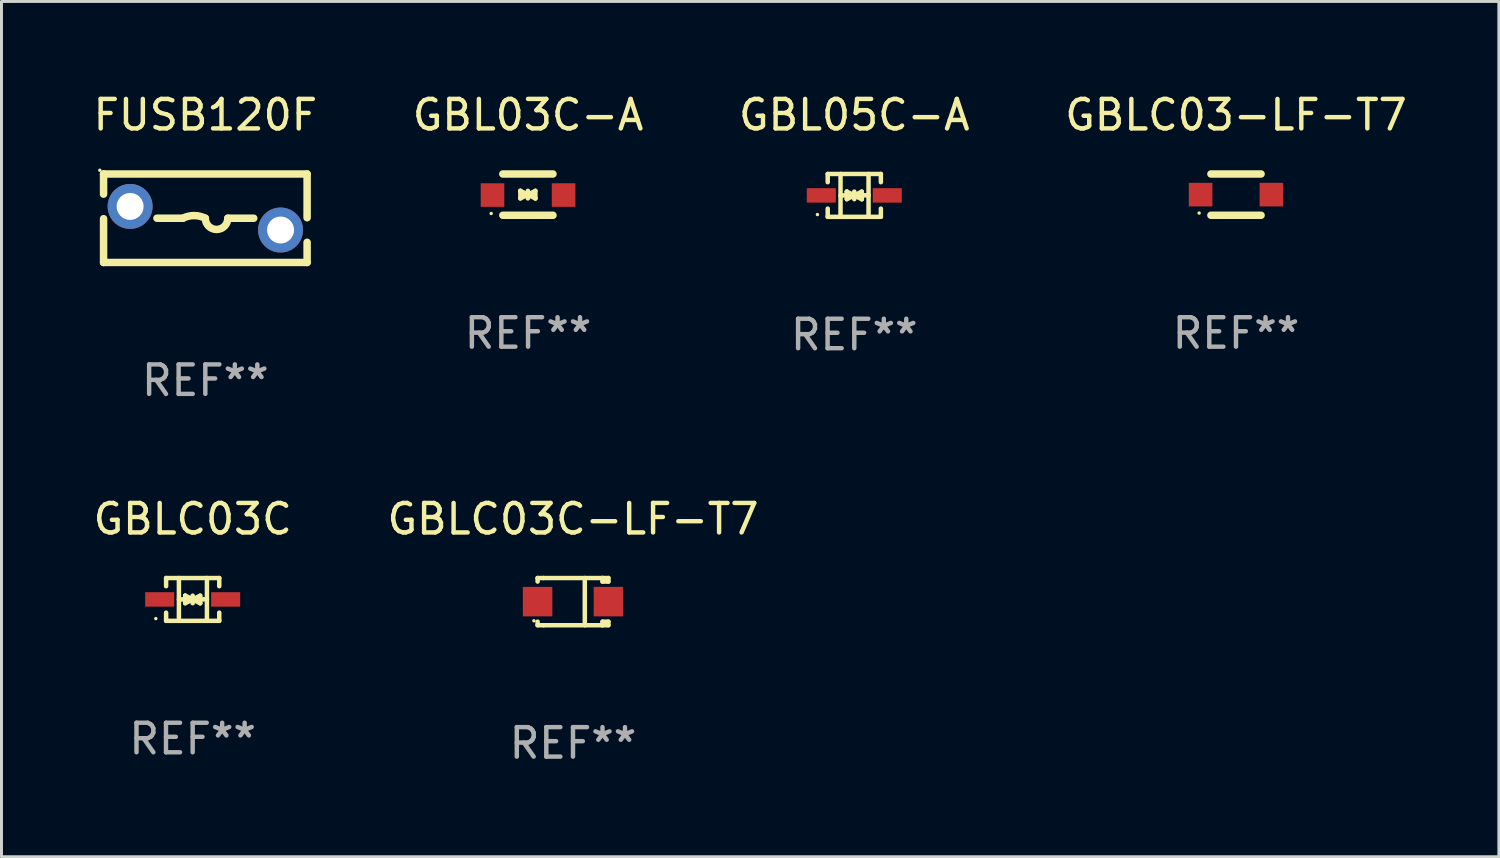
<source format=kicad_pcb>
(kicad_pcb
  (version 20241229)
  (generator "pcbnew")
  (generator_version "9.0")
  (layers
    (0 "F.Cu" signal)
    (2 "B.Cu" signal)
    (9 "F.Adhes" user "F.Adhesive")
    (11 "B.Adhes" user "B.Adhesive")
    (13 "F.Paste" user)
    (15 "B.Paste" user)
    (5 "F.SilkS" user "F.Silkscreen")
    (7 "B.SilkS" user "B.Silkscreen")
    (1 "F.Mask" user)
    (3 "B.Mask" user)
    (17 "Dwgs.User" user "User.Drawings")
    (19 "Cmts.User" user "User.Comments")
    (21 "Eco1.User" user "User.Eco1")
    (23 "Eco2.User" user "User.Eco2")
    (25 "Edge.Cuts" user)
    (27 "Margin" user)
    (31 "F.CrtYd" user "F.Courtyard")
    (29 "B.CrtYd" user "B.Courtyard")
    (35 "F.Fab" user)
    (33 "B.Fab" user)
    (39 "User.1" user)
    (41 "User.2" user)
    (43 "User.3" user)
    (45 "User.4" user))
  (footprint "GBLC03-LF-T7"
    (layer "F.Cu")
    (at 38.851 3.548)
    (property "Reference" "GBLC03-LF-T7" (at 0 -2.7 0) (layer "F.SilkS") (effects (font (size 1 1) (thickness 0.15))))
    (attr through_hole)
    (fp_line (start -0.85 -0.7) (end 0.85 -0.7) (stroke (width 0.254) (type solid)) (layer "F.SilkS"))
    (fp_line (start -0.85 0.7) (end 0.85 0.7) (stroke (width 0.254) (type solid)) (layer "F.SilkS"))
    (fp_circle (center -1.25 0.625) (end -1.22 0.625) (stroke (width 0.06) (type solid)) (fill no) (layer "F.SilkS"))
    (fp_text user "REF**" (at 0 4.7 0) (layer "F.Fab") (effects (font (size 1 1) (thickness 0.15))))
    (pad "1" smd rect (at -1.2 0) (size 0.8 0.8) (layers "F.Cu" "F.Mask" "F.Paste"))
    (pad "2" smd rect (at 1.2 0) (size 0.8 0.8) (layers "F.Cu" "F.Mask" "F.Paste")))
  (footprint "GBL03C-A"
    (layer "F.Cu")
    (at 14.851 3.548)
    (property "Reference" "GBL03C-A" (at 0 -2.7 0) (layer "F.SilkS") (effects (font (size 1 1) (thickness 0.15))))
    (attr through_hole)
    (fp_line (start -0.855 -0.7) (end 0.845 -0.7) (stroke (width 0.254) (type solid)) (layer "F.SilkS"))
    (fp_line (start -0.855 0.7) (end 0.845 0.7) (stroke (width 0.254) (type solid)) (layer "F.SilkS"))
    (fp_line (start -0.26 -0.127) (end -0.26 -0.127) (stroke (width 0.154) (type solid)) (layer "F.SilkS"))
    (fp_line (start -0.26 -0.127) (end -0.008 -0.003) (stroke (width 0.154) (type solid)) (layer "F.SilkS"))
    (fp_line (start -0.26 0.127) (end -0.26 -0.127) (stroke (width 0.154) (type solid)) (layer "F.SilkS"))
    (fp_line (start -0.133 0.000483) (end -0.003 0.000483) (stroke (width 0.154) (type solid)) (layer "F.SilkS"))
    (fp_line (start -0.009 0.000483) (end -0.26 0.127) (stroke (width 0.154) (type solid)) (layer "F.SilkS"))
    (fp_line (start -0.006 -0.127) (end -0.006 0.127) (stroke (width 0.154) (type solid)) (layer "F.SilkS"))
    (fp_line (start -0.003 0.000483) (end 0.248 -0.127) (stroke (width 0.154) (type solid)) (layer "F.SilkS"))
    (fp_line (start 0.121 0.000483) (end -0.009 0.000483) (stroke (width 0.154) (type solid)) (layer "F.SilkS"))
    (fp_line (start 0.248 -0.127) (end 0.248 0.127) (stroke (width 0.154) (type solid)) (layer "F.SilkS"))
    (fp_line (start 0.248 0.127) (end -0.004 0.004) (stroke (width 0.154) (type solid)) (layer "F.SilkS"))
    (fp_line (start 0.248 0.127) (end 0.248 0.127) (stroke (width 0.154) (type solid)) (layer "F.SilkS"))
    (fp_circle (center -1.25 0.64) (end -1.22 0.64) (stroke (width 0.06) (type solid)) (fill no) (layer "F.SilkS"))
    (fp_text user "REF**" (at 0 4.7 0) (layer "F.Fab") (effects (font (size 1 1) (thickness 0.15))))
    (pad "1" smd rect (at -1.205 0.015) (size 0.8 0.8) (layers "F.Cu" "F.Mask" "F.Paste"))
    (pad "2" smd rect (at 1.205 0.015) (size 0.8 0.8) (layers "F.Cu" "F.Mask" "F.Paste")))
  (footprint "GBLC03C-LF-T7"
    (layer "F.Cu")
    (at 16.375 17.345)
    (property "Reference" "GBLC03C-LF-T7" (at 0 -2.8 0) (layer "F.SilkS") (effects (font (size 1 1) (thickness 0.15))))
    (attr through_hole)
    (fp_line (start -1.2 -0.8) (end -1.2 -0.68) (stroke (width 0.152) (type solid)) (layer "F.SilkS"))
    (fp_line (start -1.2 0.68) (end -1.2 0.8) (stroke (width 0.152) (type solid)) (layer "F.SilkS"))
    (fp_line (start -1.2 0.8) (end -1 0.8) (stroke (width 0.152) (type solid)) (layer "F.SilkS"))
    (fp_line (start -1 -0.8) (end -1.2 -0.8) (stroke (width 0.152) (type solid)) (layer "F.SilkS"))
    (fp_line (start -1 -0.8) (end 1 -0.8) (stroke (width 0.152) (type solid)) (layer "F.SilkS"))
    (fp_line (start -1 0.8) (end 1 0.8) (stroke (width 0.152) (type solid)) (layer "F.SilkS"))
    (fp_line (start 0.4 -0.8) (end 0.4 0.8) (stroke (width 0.152) (type solid)) (layer "F.SilkS"))
    (fp_line (start 1 -0.8) (end 1 -0.68) (stroke (width 0.152) (type solid)) (layer "F.SilkS"))
    (fp_line (start 1 -0.8) (end 1.2 -0.8) (stroke (width 0.152) (type solid)) (layer "F.SilkS"))
    (fp_line (start 1 0.68) (end 1 0.8) (stroke (width 0.152) (type solid)) (layer "F.SilkS"))
    (fp_line (start 1 0.68) (end 1.2 0.68) (stroke (width 0.152) (type solid)) (layer "F.SilkS"))
    (fp_line (start 1.2 -0.8) (end 1.2 -0.68) (stroke (width 0.152) (type solid)) (layer "F.SilkS"))
    (fp_line (start 1.2 -0.68) (end 1 -0.68) (stroke (width 0.152) (type solid)) (layer "F.SilkS"))
    (fp_line (start 1.2 0.68) (end 1.2 0.8) (stroke (width 0.152) (type solid)) (layer "F.SilkS"))
    (fp_line (start 1.2 0.8) (end 1 0.8) (stroke (width 0.152) (type solid)) (layer "F.SilkS"))
    (fp_circle (center -1.325 0.65) (end -1.295 0.65) (stroke (width 0.06) (type solid)) (fill no) (layer "F.SilkS"))
    (fp_text user "REF**" (at 0 4.8 0) (layer "F.Fab") (effects (font (size 1 1) (thickness 0.15))))
    (pad "1" smd rect (at -1.2 0 180) (size 1 1) (layers "F.Cu" "F.Mask" "F.Paste"))
    (pad "2" smd rect (at 1.2 0 180) (size 1 1) (layers "F.Cu" "F.Mask" "F.Paste")))
  (footprint "GBL05C-A"
    (layer "F.Cu")
    (at 25.911 3.574)
    (property "Reference" "GBL05C-A" (at 0 -2.726 0) (layer "F.SilkS") (effects (font (size 1 1) (thickness 0.15))))
    (attr through_hole)
    (fp_line (start -0.901 -0.726) (end -0.901 -0.448) (stroke (width 0.152) (type solid)) (layer "F.SilkS"))
    (fp_line (start -0.901 0.726) (end -0.901 0.448) (stroke (width 0.152) (type solid)) (layer "F.SilkS"))
    (fp_line (start -0.467 0) (end 0.483 -0.003) (stroke (width 0.154) (type solid)) (layer "F.SilkS"))
    (fp_line (start -0.467 0.726) (end -0.467 -0.726) (stroke (width 0.152) (type solid)) (layer "F.SilkS"))
    (fp_line (start -0.254 -0.127) (end -0.254 -0.127) (stroke (width 0.154) (type solid)) (layer "F.SilkS"))
    (fp_line (start -0.254 -0.127) (end -0.002 -0.003) (stroke (width 0.154) (type solid)) (layer "F.SilkS"))
    (fp_line (start -0.254 0.127) (end -0.254 -0.127) (stroke (width 0.154) (type solid)) (layer "F.SilkS"))
    (fp_line (start -0.127 0) (end 0.003 0) (stroke (width 0.154) (type solid)) (layer "F.SilkS"))
    (fp_line (start -0.003 0) (end -0.254 0.127) (stroke (width 0.154) (type solid)) (layer "F.SilkS"))
    (fp_line (start 0 -0.127) (end 0 0.127) (stroke (width 0.154) (type solid)) (layer "F.SilkS"))
    (fp_line (start 0.003 0) (end 0.254 -0.127) (stroke (width 0.154) (type solid)) (layer "F.SilkS"))
    (fp_line (start 0.127 0) (end -0.003 0) (stroke (width 0.154) (type solid)) (layer "F.SilkS"))
    (fp_line (start 0.254 -0.127) (end 0.254 0.127) (stroke (width 0.154) (type solid)) (layer "F.SilkS"))
    (fp_line (start 0.254 0.127) (end 0.002 0.003) (stroke (width 0.154) (type solid)) (layer "F.SilkS"))
    (fp_line (start 0.254 0.127) (end 0.254 0.127) (stroke (width 0.154) (type solid)) (layer "F.SilkS"))
    (fp_line (start 0.483 0.726) (end 0.483 -0.726) (stroke (width 0.152) (type solid)) (layer "F.SilkS"))
    (fp_line (start 0.901 -0.726) (end -0.901 -0.726) (stroke (width 0.152) (type solid)) (layer "F.SilkS"))
    (fp_line (start 0.901 -0.726) (end 0.901 -0.448) (stroke (width 0.152) (type solid)) (layer "F.SilkS"))
    (fp_line (start 0.901 0.726) (end -0.901 0.726) (stroke (width 0.152) (type solid)) (layer "F.SilkS"))
    (fp_line (start 0.901 0.726) (end 0.901 0.448) (stroke (width 0.152) (type solid)) (layer "F.SilkS"))
    (fp_circle (center -1.25 0.65) (end -1.22 0.65) (stroke (width 0.06) (type solid)) (fill no) (layer "F.SilkS"))
    (fp_text user "REF**" (at 0 4.726 0) (layer "F.Fab") (effects (font (size 1 1) (thickness 0.15))))
    (pad "1" smd rect (at -1.118 0) (size 0.985 0.49) (layers "F.Cu" "F.Mask" "F.Paste"))
    (pad "2" smd rect (at 1.118 0) (size 0.985 0.49) (layers "F.Cu" "F.Mask" "F.Paste")))
  (footprint "FUSB120F"
    (layer "F.Cu")
    (at 3.911 4.348)
    (property "Reference" "FUSB120F" (at 0 -3.5 0) (layer "F.SilkS") (effects (font (size 1 1) (thickness 0.15))))
    (attr through_hole)
    (fp_line (start -3.45 0.016) (end -3.45 1.5) (stroke (width 0.254) (type solid)) (layer "F.SilkS"))
    (fp_line (start -3.45 1.5) (end 3.45 1.5) (stroke (width 0.254) (type solid)) (layer "F.SilkS"))
    (fp_line (start -3.45 -1.5) (end -3.45 -0.816) (stroke (width 0.254) (type solid)) (layer "F.SilkS"))
    (fp_line (start -3.45 -1.5) (end 3.45 -1.5) (stroke (width 0.254) (type solid)) (layer "F.SilkS"))
    (fp_line (start -1.641 0) (end -0.762 0) (stroke (width 0.254) (type solid)) (layer "F.SilkS"))
    (fp_line (start 1.641 0) (end 0.762 0) (stroke (width 0.254) (type solid)) (layer "F.SilkS"))
    (fp_line (start 3.45 -1.5) (end 3.45 -0.016) (stroke (width 0.254) (type solid)) (layer "F.SilkS"))
    (fp_line (start 3.45 0.816) (end 3.45 1.5) (stroke (width 0.254) (type solid)) (layer "F.SilkS"))
    (fp_arc (start -0.762002 0) (mid -0.381001 -0.089942) (end 0 0) (stroke (width 0.254001) (type solid)) (layer "F.SilkS"))
    (fp_arc (start 0.762002 0) (mid 0.381001 0.381001) (end 0 0) (stroke (width 0.254001) (type solid)) (layer "F.SilkS"))
    (fp_circle (center -3.577 -1.627) (end -3.547 -1.627) (stroke (width 0.06) (type solid)) (fill no) (layer "F.SilkS"))
    (fp_text user "REF**" (at 0 5.5 0) (layer "F.Fab") (effects (font (size 1 1) (thickness 0.15))))
    (pad "1" thru_hole circle (at -2.55 -0.4) (size 1.524 1.524) (drill 0.914) (layers "*.Cu" "*.Mask"))
    (pad "2" thru_hole circle (at 2.55 0.4) (size 1.524 1.524) (drill 0.914) (layers "*.Cu" "*.Mask")))
  (footprint "GBLC03C"
    (layer "F.Cu")
    (at 3.482 17.271)
    (property "Reference" "GBLC03C" (at 0 -2.726 0) (layer "F.SilkS") (effects (font (size 1 1) (thickness 0.15))))
    (attr through_hole)
    (fp_line (start -0.901 -0.726) (end -0.901 -0.448) (stroke (width 0.152) (type solid)) (layer "F.SilkS"))
    (fp_line (start -0.901 0.726) (end -0.901 0.448) (stroke (width 0.152) (type solid)) (layer "F.SilkS"))
    (fp_line (start -0.467 0) (end 0.483 -0.003) (stroke (width 0.154) (type solid)) (layer "F.SilkS"))
    (fp_line (start -0.467 0.726) (end -0.467 -0.726) (stroke (width 0.152) (type solid)) (layer "F.SilkS"))
    (fp_line (start -0.254 -0.127) (end -0.254 -0.127) (stroke (width 0.154) (type solid)) (layer "F.SilkS"))
    (fp_line (start -0.254 -0.127) (end -0.002 -0.003) (stroke (width 0.154) (type solid)) (layer "F.SilkS"))
    (fp_line (start -0.254 0.127) (end -0.254 -0.127) (stroke (width 0.154) (type solid)) (layer "F.SilkS"))
    (fp_line (start -0.127 0) (end 0.003 0) (stroke (width 0.154) (type solid)) (layer "F.SilkS"))
    (fp_line (start -0.003 0) (end -0.254 0.127) (stroke (width 0.154) (type solid)) (layer "F.SilkS"))
    (fp_line (start 0 -0.127) (end 0 0.127) (stroke (width 0.154) (type solid)) (layer "F.SilkS"))
    (fp_line (start 0.003 0) (end 0.254 -0.127) (stroke (width 0.154) (type solid)) (layer "F.SilkS"))
    (fp_line (start 0.127 0) (end -0.003 0) (stroke (width 0.154) (type solid)) (layer "F.SilkS"))
    (fp_line (start 0.254 -0.127) (end 0.254 0.127) (stroke (width 0.154) (type solid)) (layer "F.SilkS"))
    (fp_line (start 0.254 0.127) (end 0.002 0.003) (stroke (width 0.154) (type solid)) (layer "F.SilkS"))
    (fp_line (start 0.254 0.127) (end 0.254 0.127) (stroke (width 0.154) (type solid)) (layer "F.SilkS"))
    (fp_line (start 0.483 0.726) (end 0.483 -0.726) (stroke (width 0.152) (type solid)) (layer "F.SilkS"))
    (fp_line (start 0.901 -0.726) (end -0.901 -0.726) (stroke (width 0.152) (type solid)) (layer "F.SilkS"))
    (fp_line (start 0.901 -0.726) (end 0.901 -0.448) (stroke (width 0.152) (type solid)) (layer "F.SilkS"))
    (fp_line (start 0.901 0.726) (end -0.901 0.726) (stroke (width 0.152) (type solid)) (layer "F.SilkS"))
    (fp_line (start 0.901 0.726) (end 0.901 0.448) (stroke (width 0.152) (type solid)) (layer "F.SilkS"))
    (fp_circle (center -1.25 0.65) (end -1.22 0.65) (stroke (width 0.06) (type solid)) (fill no) (layer "F.SilkS"))
    (fp_text user "REF**" (at 0 4.726 0) (layer "F.Fab") (effects (font (size 1 1) (thickness 0.15))))
    (pad "1" smd rect (at -1.118 0) (size 0.985 0.49) (layers "F.Cu" "F.Mask" "F.Paste"))
    (pad "2" smd rect (at 1.118 0) (size 0.985 0.49) (layers "F.Cu" "F.Mask" "F.Paste")))
  (gr_rect
    (start -3 -3)
    (end 47.762 25.993)
    (stroke (width 0.1) (type default))
    (fill no)
    (layer "Edge.Cuts")))
</source>
